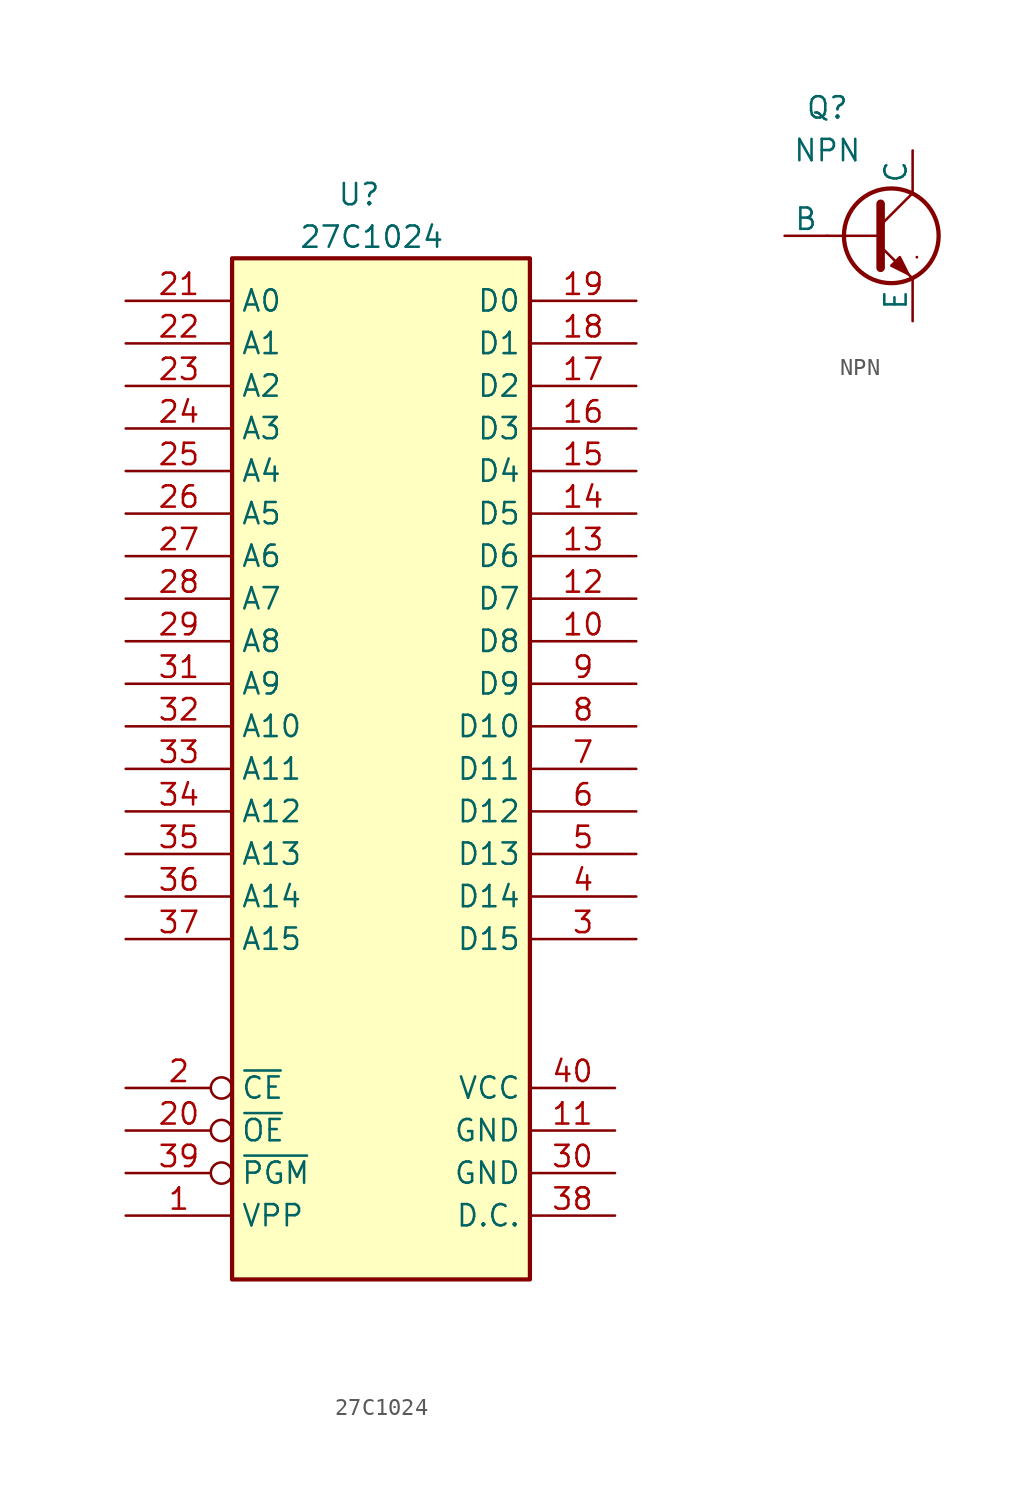
<source format=kicad_sym>
(kicad_symbol_lib
  (version 20220914)
  (generator kicad_symbol_editor)
  (symbol "27C1024"
    (property "Reference" "U"
      (at 0 36.83 0)
      (effects (font (size 1.27 1.27)) (justify right)))
    (property "Value" "27C1024"
      (at 3.81 34.29 0)
      (effects (font (size 1.27 1.27)) (justify right)))
    (symbol "27C1024_0_1"
      (rectangle (start -8.89 33.02) (end 8.89 -27.94) (stroke (width 0.254) (type default)) (fill (type background))))
    (symbol "27C1024_1_1"
      (pin power_in line (at -15.24 -24.13 0) (length 6.35) (name "VPP" (effects (font (size 1.27 1.27)))) (number "1" (effects (font (size 1.27 1.27)))))
      (pin tri_state line (at 15.24 10.16 180) (length 6.35) (name "D8" (effects (font (size 1.27 1.27)))) (number "10" (effects (font (size 1.27 1.27)))))
      (pin power_in line (at 13.97 -19.05 180) (length 5.08) (name "GND" (effects (font (size 1.27 1.27)))) (number "11" (effects (font (size 1.27 1.27)))))
      (pin tri_state line (at 15.24 12.7 180) (length 6.35) (name "D7" (effects (font (size 1.27 1.27)))) (number "12" (effects (font (size 1.27 1.27)))))
      (pin tri_state line (at 15.24 15.24 180) (length 6.35) (name "D6" (effects (font (size 1.27 1.27)))) (number "13" (effects (font (size 1.27 1.27)))))
      (pin tri_state line (at 15.24 17.78 180) (length 6.35) (name "D5" (effects (font (size 1.27 1.27)))) (number "14" (effects (font (size 1.27 1.27)))))
      (pin tri_state line (at 15.24 20.32 180) (length 6.35) (name "D4" (effects (font (size 1.27 1.27)))) (number "15" (effects (font (size 1.27 1.27)))))
      (pin tri_state line (at 15.24 22.86 180) (length 6.35) (name "D3" (effects (font (size 1.27 1.27)))) (number "16" (effects (font (size 1.27 1.27)))))
      (pin tri_state line (at 15.24 25.4 180) (length 6.35) (name "D2" (effects (font (size 1.27 1.27)))) (number "17" (effects (font (size 1.27 1.27)))))
      (pin tri_state line (at 15.24 27.94 180) (length 6.35) (name "D1" (effects (font (size 1.27 1.27)))) (number "18" (effects (font (size 1.27 1.27)))))
      (pin tri_state line (at 15.24 30.48 180) (length 6.35) (name "D0" (effects (font (size 1.27 1.27)))) (number "19" (effects (font (size 1.27 1.27)))))
      (pin input inverted (at -15.24 -16.51 0) (length 6.35) (name "~{CE}" (effects (font (size 1.27 1.27)))) (number "2" (effects (font (size 1.27 1.27)))))
      (pin input inverted (at -15.24 -19.05 0) (length 6.35) (name "~{OE}" (effects (font (size 1.27 1.27)))) (number "20" (effects (font (size 1.27 1.27)))))
      (pin input line (at -15.24 30.48 0) (length 6.35) (name "A0" (effects (font (size 1.27 1.27)))) (number "21" (effects (font (size 1.27 1.27)))))
      (pin input line (at -15.24 27.94 0) (length 6.35) (name "A1" (effects (font (size 1.27 1.27)))) (number "22" (effects (font (size 1.27 1.27)))))
      (pin input line (at -15.24 25.4 0) (length 6.35) (name "A2" (effects (font (size 1.27 1.27)))) (number "23" (effects (font (size 1.27 1.27)))))
      (pin input line (at -15.24 22.86 0) (length 6.35) (name "A3" (effects (font (size 1.27 1.27)))) (number "24" (effects (font (size 1.27 1.27)))))
      (pin input line (at -15.24 20.32 0) (length 6.35) (name "A4" (effects (font (size 1.27 1.27)))) (number "25" (effects (font (size 1.27 1.27)))))
      (pin input line (at -15.24 17.78 0) (length 6.35) (name "A5" (effects (font (size 1.27 1.27)))) (number "26" (effects (font (size 1.27 1.27)))))
      (pin input line (at -15.24 15.24 0) (length 6.35) (name "A6" (effects (font (size 1.27 1.27)))) (number "27" (effects (font (size 1.27 1.27)))))
      (pin input line (at -15.24 12.7 0) (length 6.35) (name "A7" (effects (font (size 1.27 1.27)))) (number "28" (effects (font (size 1.27 1.27)))))
      (pin input line (at -15.24 10.16 0) (length 6.35) (name "A8" (effects (font (size 1.27 1.27)))) (number "29" (effects (font (size 1.27 1.27)))))
      (pin tri_state line (at 15.24 -7.62 180) (length 6.35) (name "D15" (effects (font (size 1.27 1.27)))) (number "3" (effects (font (size 1.27 1.27)))))
      (pin power_in line (at 13.97 -21.59 180) (length 5.08) (name "GND" (effects (font (size 1.27 1.27)))) (number "30" (effects (font (size 1.27 1.27)))))
      (pin input line (at -15.24 7.62 0) (length 6.35) (name "A9" (effects (font (size 1.27 1.27)))) (number "31" (effects (font (size 1.27 1.27)))))
      (pin input line (at -15.24 5.08 0) (length 6.35) (name "A10" (effects (font (size 1.27 1.27)))) (number "32" (effects (font (size 1.27 1.27)))))
      (pin input line (at -15.24 2.54 0) (length 6.35) (name "A11" (effects (font (size 1.27 1.27)))) (number "33" (effects (font (size 1.27 1.27)))))
      (pin input line (at -15.24 0 0) (length 6.35) (name "A12" (effects (font (size 1.27 1.27)))) (number "34" (effects (font (size 1.27 1.27)))))
      (pin input line (at -15.24 -2.54 0) (length 6.35) (name "A13" (effects (font (size 1.27 1.27)))) (number "35" (effects (font (size 1.27 1.27)))))
      (pin input line (at -15.24 -5.08 0) (length 6.35) (name "A14" (effects (font (size 1.27 1.27)))) (number "36" (effects (font (size 1.27 1.27)))))
      (pin input line (at -15.24 -7.62 0) (length 6.35) (name "A15" (effects (font (size 1.27 1.27)))) (number "37" (effects (font (size 1.27 1.27)))))
      (pin power_in line (at 13.97 -24.13 180) (length 5.08) (name "D.C." (effects (font (size 1.27 1.27)))) (number "38" (effects (font (size 1.27 1.27)))))
      (pin input inverted (at -15.24 -21.59 0) (length 6.35) (name "~{PGM}" (effects (font (size 1.27 1.27)))) (number "39" (effects (font (size 1.27 1.27)))))
      (pin tri_state line (at 15.24 -5.08 180) (length 6.35) (name "D14" (effects (font (size 1.27 1.27)))) (number "4" (effects (font (size 1.27 1.27)))))
      (pin power_in line (at 13.97 -16.51 180) (length 5.08) (name "VCC" (effects (font (size 1.27 1.27)))) (number "40" (effects (font (size 1.27 1.27)))))
      (pin tri_state line (at 15.24 -2.54 180) (length 6.35) (name "D13" (effects (font (size 1.27 1.27)))) (number "5" (effects (font (size 1.27 1.27)))))
      (pin tri_state line (at 15.24 0 180) (length 6.35) (name "D12" (effects (font (size 1.27 1.27)))) (number "6" (effects (font (size 1.27 1.27)))))
      (pin tri_state line (at 15.24 2.54 180) (length 6.35) (name "D11" (effects (font (size 1.27 1.27)))) (number "7" (effects (font (size 1.27 1.27)))))
      (pin tri_state line (at 15.24 5.08 180) (length 6.35) (name "D10" (effects (font (size 1.27 1.27)))) (number "8" (effects (font (size 1.27 1.27)))))
      (pin tri_state line (at 15.24 7.62 180) (length 6.35) (name "D9" (effects (font (size 1.27 1.27)))) (number "9" (effects (font (size 1.27 1.27)))))))
  (symbol "NPN"
    (pin_numbers hide)
    (pin_names
      (offset 0))
    (property "Reference" "Q"
      (at -2.54 7.62 0)
      (effects (font (size 1.27 1.27))))
    (property "Value" "NPN"
      (at -2.54 5.08 0)
      (effects (font (size 1.27 1.27))))
    (symbol "NPN_0_1"
      (polyline (pts (xy -2.54 0) (xy 0.635 0)) (stroke (width 0.152) (type default)) (fill (type none)))
      (polyline (pts (xy 0.635 0.635) (xy 2.54 2.54)) (stroke (width 0) (type default)) (fill (type none)))
      (polyline (pts (xy 2.794 -1.27) (xy 2.794 -1.27)) (stroke (width 0.152) (type default)) (fill (type none)))
      (polyline (pts (xy 2.794 -1.27) (xy 2.794 -1.27)) (stroke (width 0.152) (type default)) (fill (type none)))
      (polyline (pts (xy 0.635 -0.635) (xy 2.54 -2.54) (xy 2.54 -2.54)) (stroke (width 0) (type default)) (fill (type none)))
      (polyline (pts (xy 0.635 1.905) (xy 0.635 -1.905) (xy 0.635 -1.905)) (stroke (width 0.508) (type default)) (fill (type none)))
      (polyline (pts (xy 1.27 -1.778) (xy 1.778 -1.27) (xy 2.286 -2.286) (xy 1.27 -1.778) (xy 1.27 -1.778)) (stroke (width 0) (type default)) (fill (type outline)))
      (circle (center 1.27 0) (radius 2.819) (stroke (width 0.254) (type default)) (fill (type none))))
    (symbol "NPN_1_1"
      (pin input line (at -5.08 0 0) (length 2.54) (name "B" (effects (font (size 1.27 1.27)))) (number "1" (effects (font (size 1.27 1.27)))))
      (pin open_emitter line (at 2.54 -5.08 90) (length 2.54) (name "E" (effects (font (size 1.27 1.27)))) (number "2" (effects (font (size 1.27 1.27)))))
      (pin open_collector line (at 2.54 5.08 270) (length 2.54) (name "C" (effects (font (size 1.27 1.27)))) (number "3" (effects (font (size 1.27 1.27))))))))
</source>
